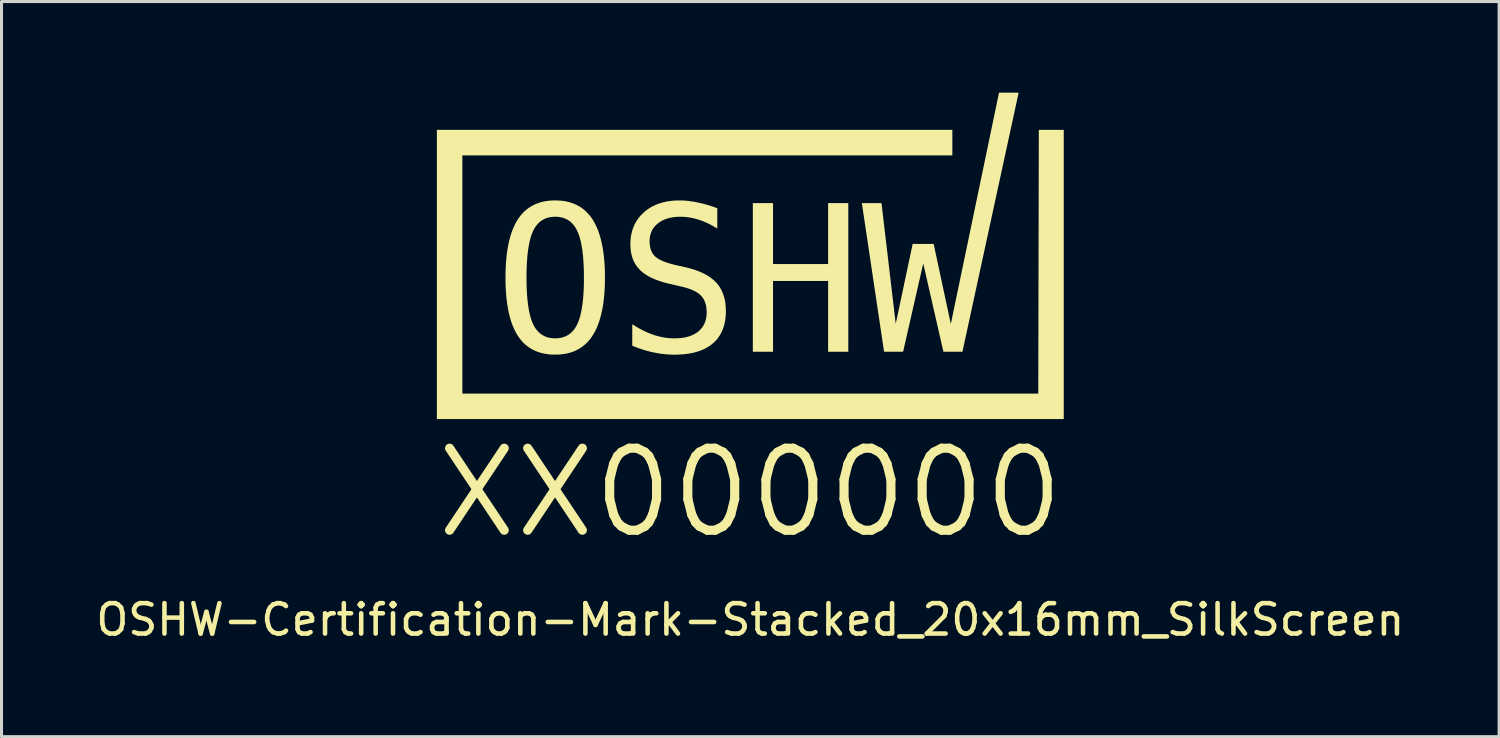
<source format=kicad_pcb>
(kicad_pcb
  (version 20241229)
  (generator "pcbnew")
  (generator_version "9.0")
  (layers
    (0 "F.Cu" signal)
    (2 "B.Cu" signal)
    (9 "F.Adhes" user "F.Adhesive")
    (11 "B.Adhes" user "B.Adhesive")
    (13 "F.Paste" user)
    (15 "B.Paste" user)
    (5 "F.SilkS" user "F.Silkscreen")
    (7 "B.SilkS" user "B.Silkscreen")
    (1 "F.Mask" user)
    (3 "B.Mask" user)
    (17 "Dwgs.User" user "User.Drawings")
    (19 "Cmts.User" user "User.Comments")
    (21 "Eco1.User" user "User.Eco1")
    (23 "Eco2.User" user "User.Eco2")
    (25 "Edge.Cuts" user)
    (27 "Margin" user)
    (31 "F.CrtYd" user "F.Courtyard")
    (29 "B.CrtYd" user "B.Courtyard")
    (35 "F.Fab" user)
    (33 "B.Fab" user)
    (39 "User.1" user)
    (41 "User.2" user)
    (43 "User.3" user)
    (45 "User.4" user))
  (footprint "OSHW-Certification-Mark-Stacked_20x16mm_SilkScreen"
    (layer "F.Cu")
    (at 21.649 7.35)
    (property "Reference" "OSHW-Certification-Mark-Stacked_20x16mm_SilkScreen" (at 0.000231 10 0) (unlocked yes) (layer "F.SilkS") (effects (font (size 1 1) (thickness 0.15))))
    (attr board_only exclude_from_pos_files exclude_from_bom allow_missing_courtyard)
    (fp_poly (pts (xy -4.785 -1.263) (xy -4.785 -1.263) (xy -4.785 -1.263)) (stroke (width 0) (type solid)) (fill yes) (layer "F.SilkS"))
    (fp_poly (pts (xy -1.087 -3.546) (xy -1.087 -3.546) (xy -1.087 -3.546)) (stroke (width 0) (type solid)) (fill yes) (layer "F.SilkS"))
    (fp_poly (pts (xy 10.318 3.395) (xy -10.318 3.395) (xy -10.318 -6.124) (xy -10.318 -6.124) (xy 6.651 -6.124) (xy 6.651 -5.285) (xy -9.479 -5.285) (xy -9.479 2.556) (xy 9.479 2.556) (xy 9.497 -6.124) (xy 10.318 -6.124)) (stroke (width 0) (type solid)) (fill yes) (layer "F.SilkS"))
    (fp_poly (pts (xy 0.748 -1.708) (xy 2.561 -1.708) (xy 2.561 -3.714) (xy 3.226 -3.714) (xy 3.226 1.179) (xy 2.561 1.179) (xy 2.561 -1.151) (xy 0.748 -1.151) (xy 0.748 1.179) (xy 0.083 1.179) (xy 0.083 -3.714) (xy 0.748 -3.714)) (stroke (width 0) (type solid)) (fill yes) (layer "F.SilkS"))
    (fp_poly (pts (xy 6.983 1.179) (xy 6.357 1.179) (xy 5.692 -1.728) (xy 5.03 1.179) (xy 4.403 1.179) (xy 3.672 -3.714) (xy 4.318 -3.714) (xy 4.787 0.258) (xy 5.344 -2.37) (xy 6.036 -2.37) (xy 6.6 0.265) (xy 8.187 -7.35) (xy 8.833 -7.35)) (stroke (width 0) (type solid)) (fill yes) (layer "F.SilkS"))
    (fp_poly (pts (xy -6.322 -3.8) (xy -6.223 -3.793) (xy -6.128 -3.781) (xy -6.036 -3.764) (xy -5.947 -3.741) (xy -5.862 -3.714) (xy -5.78 -3.682) (xy -5.701 -3.646) (xy -5.626 -3.604) (xy -5.554 -3.557) (xy -5.485 -3.505) (xy -5.42 -3.449) (xy -5.358 -3.387) (xy -5.299 -3.321) (xy -5.243 -3.25) (xy -5.191 -3.174) (xy -5.142 -3.092) (xy -5.096 -3.006) (xy -5.053 -2.915) (xy -5.014 -2.818) (xy -4.977 -2.717) (xy -4.944 -2.61) (xy -4.914 -2.498) (xy -4.887 -2.381) (xy -4.863 -2.259) (xy -4.842 -2.132) (xy -4.825 -2) (xy -4.81 -1.863) (xy -4.799 -1.72) (xy -4.791 -1.573) (xy -4.787 -1.42) (xy -4.785 -1.263) (xy -4.787 -1.105) (xy -4.791 -0.953) (xy -4.799 -0.806) (xy -4.81 -0.664) (xy -4.825 -0.527) (xy -4.842 -0.395) (xy -4.863 -0.268) (xy -4.887 -0.147) (xy -4.914 -0.03) (xy -4.944 0.082) (xy -4.977 0.188) (xy -5.014 0.29) (xy -5.053 0.386) (xy -5.096 0.477) (xy -5.142 0.564) (xy -5.191 0.645) (xy -5.217 0.684) (xy -5.243 0.721) (xy -5.271 0.757) (xy -5.299 0.792) (xy -5.328 0.826) (xy -5.358 0.859) (xy -5.388 0.89) (xy -5.42 0.92) (xy -5.452 0.949) (xy -5.485 0.977) (xy -5.519 1.003) (xy -5.554 1.028) (xy -5.589 1.052) (xy -5.626 1.075) (xy -5.663 1.097) (xy -5.701 1.117) (xy -5.74 1.136) (xy -5.78 1.154) (xy -5.82 1.17) (xy -5.862 1.186) (xy -5.904 1.2) (xy -5.947 1.213) (xy -5.991 1.225) (xy -6.036 1.235) (xy -6.081 1.244) (xy -6.128 1.252) (xy -6.223 1.264) (xy -6.322 1.272) (xy -6.424 1.274) (xy -6.526 1.272) (xy -6.625 1.265) (xy -6.72 1.252) (xy -6.812 1.235) (xy -6.901 1.213) (xy -6.986 1.186) (xy -7.068 1.154) (xy -7.147 1.118) (xy -7.222 1.076) (xy -7.294 1.03) (xy -7.363 0.978) (xy -7.428 0.922) (xy -7.49 0.861) (xy -7.549 0.795) (xy -7.604 0.724) (xy -7.656 0.648) (xy -7.705 0.567) (xy -7.751 0.481) (xy -7.793 0.39) (xy -7.833 0.294) (xy -7.869 0.193) (xy -7.902 0.086) (xy -7.932 -0.026) (xy -7.959 -0.143) (xy -7.982 -0.265) (xy -8.003 -0.392) (xy -8.02 -0.524) (xy -8.034 -0.661) (xy -8.045 -0.804) (xy -8.053 -0.952) (xy -8.058 -1.105) (xy -8.059 -1.263) (xy -7.368 -1.263) (xy -7.364 -1.003) (xy -7.354 -0.763) (xy -7.337 -0.543) (xy -7.313 -0.341) (xy -7.298 -0.247) (xy -7.282 -0.158) (xy -7.264 -0.074) (xy -7.244 0.005) (xy -7.223 0.08) (xy -7.2 0.149) (xy -7.175 0.214) (xy -7.148 0.275) (xy -7.119 0.331) (xy -7.104 0.357) (xy -7.088 0.383) (xy -7.072 0.408) (xy -7.055 0.432) (xy -7.037 0.455) (xy -7.019 0.477) (xy -7.001 0.498) (xy -6.982 0.518) (xy -6.962 0.538) (xy -6.942 0.556) (xy -6.921 0.574) (xy -6.9 0.591) (xy -6.878 0.606) (xy -6.856 0.621) (xy -6.833 0.635) (xy -6.809 0.648) (xy -6.785 0.66) (xy -6.761 0.672) (xy -6.736 0.682) (xy -6.71 0.692) (xy -6.684 0.7) (xy -6.657 0.708) (xy -6.63 0.715) (xy -6.602 0.721) (xy -6.574 0.725) (xy -6.545 0.73) (xy -6.515 0.733) (xy -6.485 0.735) (xy -6.424 0.737) (xy -6.362 0.735) (xy -6.302 0.73) (xy -6.245 0.721) (xy -6.189 0.708) (xy -6.136 0.692) (xy -6.085 0.672) (xy -6.037 0.649) (xy -5.99 0.622) (xy -5.946 0.592) (xy -5.904 0.557) (xy -5.865 0.52) (xy -5.827 0.479) (xy -5.792 0.434) (xy -5.759 0.385) (xy -5.728 0.333) (xy -5.699 0.278) (xy -5.672 0.218) (xy -5.647 0.153) (xy -5.624 0.083) (xy -5.602 0.008) (xy -5.582 -0.071) (xy -5.564 -0.155) (xy -5.547 -0.244) (xy -5.532 -0.338) (xy -5.519 -0.437) (xy -5.508 -0.541) (xy -5.498 -0.649) (xy -5.491 -0.762) (xy -5.484 -0.88) (xy -5.48 -1.003) (xy -5.477 -1.13) (xy -5.477 -1.263) (xy -5.48 -1.523) (xy -5.491 -1.763) (xy -5.508 -1.985) (xy -5.532 -2.187) (xy -5.547 -2.281) (xy -5.564 -2.37) (xy -5.582 -2.454) (xy -5.602 -2.534) (xy -5.624 -2.608) (xy -5.647 -2.678) (xy -5.672 -2.743) (xy -5.699 -2.803) (xy -5.728 -2.859) (xy -5.743 -2.886) (xy -5.759 -2.912) (xy -5.775 -2.936) (xy -5.792 -2.96) (xy -5.809 -2.983) (xy -5.827 -3.005) (xy -5.846 -3.027) (xy -5.865 -3.047) (xy -5.884 -3.066) (xy -5.904 -3.085) (xy -5.925 -3.103) (xy -5.946 -3.119) (xy -5.968 -3.135) (xy -5.99 -3.15) (xy -6.013 -3.164) (xy -6.037 -3.177) (xy -6.061 -3.189) (xy -6.085 -3.2) (xy -6.111 -3.211) (xy -6.136 -3.22) (xy -6.162 -3.229) (xy -6.189 -3.237) (xy -6.217 -3.243) (xy -6.245 -3.249) (xy -6.273 -3.254) (xy -6.302 -3.258) (xy -6.332 -3.261) (xy -6.362 -3.264) (xy -6.424 -3.265) (xy -6.485 -3.264) (xy -6.545 -3.258) (xy -6.602 -3.249) (xy -6.657 -3.237) (xy -6.71 -3.22) (xy -6.761 -3.2) (xy -6.809 -3.177) (xy -6.856 -3.15) (xy -6.9 -3.119) (xy -6.942 -3.085) (xy -6.982 -3.047) (xy -7.019 -3.005) (xy -7.055 -2.96) (xy -7.088 -2.912) (xy -7.119 -2.859) (xy -7.148 -2.803) (xy -7.175 -2.743) (xy -7.2 -2.678) (xy -7.223 -2.608) (xy -7.244 -2.534) (xy -7.264 -2.454) (xy -7.282 -2.37) (xy -7.298 -2.281) (xy -7.313 -2.187) (xy -7.326 -2.088) (xy -7.337 -1.985) (xy -7.346 -1.877) (xy -7.354 -1.763) (xy -7.36 -1.645) (xy -7.364 -1.523) (xy -7.367 -1.395) (xy -7.368 -1.263) (xy -8.059 -1.263) (xy -8.059 -1.263) (xy -8.058 -1.42) (xy -8.053 -1.573) (xy -8.045 -1.72) (xy -8.034 -1.863) (xy -8.02 -2) (xy -8.003 -2.132) (xy -7.982 -2.259) (xy -7.959 -2.381) (xy -7.932 -2.498) (xy -7.902 -2.61) (xy -7.869 -2.717) (xy -7.833 -2.818) (xy -7.793 -2.915) (xy -7.751 -3.006) (xy -7.705 -3.092) (xy -7.656 -3.174) (xy -7.63 -3.212) (xy -7.604 -3.25) (xy -7.576 -3.286) (xy -7.548 -3.321) (xy -7.519 -3.355) (xy -7.489 -3.387) (xy -7.458 -3.419) (xy -7.427 -3.449) (xy -7.394 -3.478) (xy -7.361 -3.505) (xy -7.327 -3.532) (xy -7.292 -3.557) (xy -7.257 -3.581) (xy -7.22 -3.604) (xy -7.183 -3.625) (xy -7.145 -3.646) (xy -7.106 -3.665) (xy -7.066 -3.682) (xy -7.026 -3.699) (xy -6.984 -3.714) (xy -6.942 -3.729) (xy -6.899 -3.741) (xy -6.855 -3.753) (xy -6.811 -3.764) (xy -6.719 -3.781) (xy -6.624 -3.793) (xy -6.525 -3.8) (xy -6.424 -3.803)) (stroke (width 0) (type solid)) (fill yes) (layer "F.SilkS"))
    (fp_poly (pts (xy -2.265 -3.801) (xy -2.193 -3.798) (xy -2.12 -3.793) (xy -2.046 -3.786) (xy -1.972 -3.776) (xy -1.896 -3.765) (xy -1.82 -3.752) (xy -1.742 -3.737) (xy -1.664 -3.72) (xy -1.584 -3.701) (xy -1.504 -3.681) (xy -1.423 -3.658) (xy -1.34 -3.633) (xy -1.257 -3.606) (xy -1.172 -3.577) (xy -1.087 -3.546) (xy -1.087 -2.875) (xy -1.162 -2.921) (xy -1.238 -2.965) (xy -1.313 -3.006) (xy -1.389 -3.044) (xy -1.465 -3.079) (xy -1.541 -3.111) (xy -1.617 -3.14) (xy -1.693 -3.166) (xy -1.769 -3.189) (xy -1.844 -3.209) (xy -1.92 -3.226) (xy -1.996 -3.24) (xy -2.073 -3.251) (xy -2.149 -3.258) (xy -2.226 -3.263) (xy -2.303 -3.265) (xy -2.361 -3.264) (xy -2.417 -3.261) (xy -2.472 -3.257) (xy -2.525 -3.251) (xy -2.576 -3.243) (xy -2.627 -3.234) (xy -2.675 -3.223) (xy -2.722 -3.21) (xy -2.768 -3.195) (xy -2.812 -3.179) (xy -2.854 -3.161) (xy -2.895 -3.141) (xy -2.935 -3.12) (xy -2.972 -3.096) (xy -3.009 -3.072) (xy -3.043 -3.045) (xy -3.076 -3.017) (xy -3.107 -2.988) (xy -3.136 -2.958) (xy -3.162 -2.927) (xy -3.187 -2.895) (xy -3.209 -2.861) (xy -3.229 -2.826) (xy -3.248 -2.79) (xy -3.263 -2.753) (xy -3.277 -2.714) (xy -3.289 -2.675) (xy -3.299 -2.634) (xy -3.306 -2.592) (xy -3.311 -2.548) (xy -3.314 -2.504) (xy -3.316 -2.458) (xy -3.315 -2.418) (xy -3.313 -2.38) (xy -3.309 -2.342) (xy -3.304 -2.306) (xy -3.298 -2.27) (xy -3.291 -2.237) (xy -3.282 -2.204) (xy -3.271 -2.172) (xy -3.26 -2.142) (xy -3.246 -2.113) (xy -3.232 -2.085) (xy -3.216 -2.058) (xy -3.199 -2.033) (xy -3.18 -2.008) (xy -3.16 -1.985) (xy -3.139 -1.963) (xy -3.115 -1.942) (xy -3.089 -1.922) (xy -3.06 -1.901) (xy -3.029 -1.882) (xy -2.996 -1.862) (xy -2.96 -1.843) (xy -2.922 -1.825) (xy -2.881 -1.807) (xy -2.838 -1.789) (xy -2.793 -1.772) (xy -2.745 -1.755) (xy -2.695 -1.739) (xy -2.642 -1.723) (xy -2.587 -1.708) (xy -2.53 -1.693) (xy -2.47 -1.678) (xy -2.122 -1.599) (xy -2.038 -1.579) (xy -1.956 -1.556) (xy -1.877 -1.533) (xy -1.802 -1.508) (xy -1.729 -1.481) (xy -1.659 -1.453) (xy -1.592 -1.424) (xy -1.528 -1.393) (xy -1.466 -1.361) (xy -1.408 -1.327) (xy -1.353 -1.292) (xy -1.3 -1.255) (xy -1.251 -1.217) (xy -1.204 -1.178) (xy -1.16 -1.137) (xy -1.119 -1.095) (xy -1.081 -1.051) (xy -1.046 -1.005) (xy -1.012 -0.957) (xy -0.982 -0.907) (xy -0.953 -0.855) (xy -0.928 -0.801) (xy -0.904 -0.746) (xy -0.883 -0.688) (xy -0.865 -0.629) (xy -0.849 -0.567) (xy -0.835 -0.504) (xy -0.824 -0.438) (xy -0.816 -0.371) (xy -0.81 -0.302) (xy -0.806 -0.23) (xy -0.805 -0.157) (xy -0.806 -0.071) (xy -0.812 0.012) (xy -0.82 0.093) (xy -0.832 0.171) (xy -0.847 0.247) (xy -0.866 0.32) (xy -0.888 0.39) (xy -0.913 0.458) (xy -0.942 0.523) (xy -0.974 0.586) (xy -1.009 0.646) (xy -1.048 0.704) (xy -1.09 0.759) (xy -1.136 0.811) (xy -1.185 0.861) (xy -1.237 0.908) (xy -1.293 0.953) (xy -1.352 0.994) (xy -1.414 1.033) (xy -1.478 1.069) (xy -1.546 1.102) (xy -1.617 1.132) (xy -1.691 1.159) (xy -1.768 1.183) (xy -1.849 1.205) (xy -1.932 1.224) (xy -2.018 1.239) (xy -2.108 1.252) (xy -2.2 1.262) (xy -2.296 1.269) (xy -2.394 1.274) (xy -2.496 1.275) (xy -2.582 1.274) (xy -2.668 1.27) (xy -2.755 1.265) (xy -2.841 1.256) (xy -2.928 1.246) (xy -3.014 1.233) (xy -3.101 1.217) (xy -3.188 1.2) (xy -3.275 1.181) (xy -3.362 1.159) (xy -3.449 1.135) (xy -3.536 1.109) (xy -3.623 1.08) (xy -3.711 1.049) (xy -3.798 1.016) (xy -3.886 0.98) (xy -3.886 0.275) (xy -3.792 0.333) (xy -3.7 0.387) (xy -3.609 0.437) (xy -3.52 0.483) (xy -3.431 0.525) (xy -3.344 0.562) (xy -3.259 0.596) (xy -3.175 0.626) (xy -3.09 0.652) (xy -3.006 0.675) (xy -2.921 0.694) (xy -2.836 0.71) (xy -2.751 0.722) (xy -2.666 0.731) (xy -2.581 0.736) (xy -2.496 0.738) (xy -2.434 0.737) (xy -2.374 0.734) (xy -2.316 0.73) (xy -2.259 0.724) (xy -2.204 0.716) (xy -2.151 0.706) (xy -2.1 0.695) (xy -2.05 0.682) (xy -2.002 0.667) (xy -1.956 0.651) (xy -1.912 0.632) (xy -1.869 0.612) (xy -1.828 0.59) (xy -1.789 0.567) (xy -1.752 0.542) (xy -1.716 0.515) (xy -1.682 0.486) (xy -1.651 0.455) (xy -1.621 0.424) (xy -1.594 0.391) (xy -1.569 0.356) (xy -1.546 0.32) (xy -1.526 0.283) (xy -1.507 0.244) (xy -1.491 0.204) (xy -1.477 0.163) (xy -1.465 0.12) (xy -1.455 0.076) (xy -1.447 0.03) (xy -1.442 -0.017) (xy -1.438 -0.065) (xy -1.437 -0.115) (xy -1.438 -0.16) (xy -1.44 -0.204) (xy -1.444 -0.246) (xy -1.449 -0.287) (xy -1.456 -0.327) (xy -1.465 -0.366) (xy -1.474 -0.403) (xy -1.486 -0.438) (xy -1.499 -0.473) (xy -1.513 -0.506) (xy -1.529 -0.537) (xy -1.546 -0.568) (xy -1.565 -0.596) (xy -1.585 -0.624) (xy -1.607 -0.65) (xy -1.631 -0.675) (xy -1.656 -0.699) (xy -1.683 -0.722) (xy -1.712 -0.745) (xy -1.744 -0.766) (xy -1.777 -0.787) (xy -1.813 -0.808) (xy -1.852 -0.827) (xy -1.892 -0.846) (xy -1.935 -0.865) (xy -1.98 -0.882) (xy -2.027 -0.899) (xy -2.076 -0.915) (xy -2.128 -0.931) (xy -2.182 -0.946) (xy -2.238 -0.96) (xy -2.296 -0.973) (xy -2.65 -1.055) (xy -2.734 -1.075) (xy -2.815 -1.096) (xy -2.893 -1.119) (xy -2.968 -1.142) (xy -3.04 -1.167) (xy -3.109 -1.193) (xy -3.175 -1.22) (xy -3.238 -1.249) (xy -3.299 -1.278) (xy -3.356 -1.309) (xy -3.411 -1.342) (xy -3.463 -1.375) (xy -3.511 -1.41) (xy -3.557 -1.445) (xy -3.6 -1.482) (xy -3.64 -1.521) (xy -3.677 -1.561) (xy -3.712 -1.602) (xy -3.745 -1.645) (xy -3.775 -1.69) (xy -3.802 -1.736) (xy -3.828 -1.784) (xy -3.851 -1.834) (xy -3.871 -1.885) (xy -3.889 -1.939) (xy -3.905 -1.993) (xy -3.918 -2.05) (xy -3.929 -2.108) (xy -3.937 -2.167) (xy -3.943 -2.229) (xy -3.947 -2.292) (xy -3.948 -2.357) (xy -3.946 -2.438) (xy -3.941 -2.516) (xy -3.933 -2.593) (xy -3.921 -2.668) (xy -3.905 -2.741) (xy -3.886 -2.811) (xy -3.864 -2.88) (xy -3.838 -2.947) (xy -3.809 -3.011) (xy -3.777 -3.074) (xy -3.741 -3.134) (xy -3.701 -3.192) (xy -3.658 -3.249) (xy -3.612 -3.303) (xy -3.562 -3.355) (xy -3.509 -3.405) (xy -3.452 -3.454) (xy -3.394 -3.498) (xy -3.333 -3.54) (xy -3.27 -3.579) (xy -3.204 -3.615) (xy -3.136 -3.647) (xy -3.067 -3.677) (xy -2.994 -3.703) (xy -2.92 -3.726) (xy -2.843 -3.746) (xy -2.764 -3.763) (xy -2.683 -3.777) (xy -2.599 -3.788) (xy -2.514 -3.796) (xy -2.426 -3.801) (xy -2.335 -3.802)) (stroke (width 0) (type solid)) (fill yes) (layer "F.SilkS"))
    (fp_text user "XX000000" (at 0 7.4 0) (unlocked yes) (layer "F.SilkS") (effects (font (size 2.7 2.7) (thickness 0.3)) (justify bottom))))
  (gr_rect
    (start -3 -3)
    (end 46.298 21.199)
    (stroke (width 0.1) (type default))
    (fill no)
    (layer "Edge.Cuts")))
</source>
